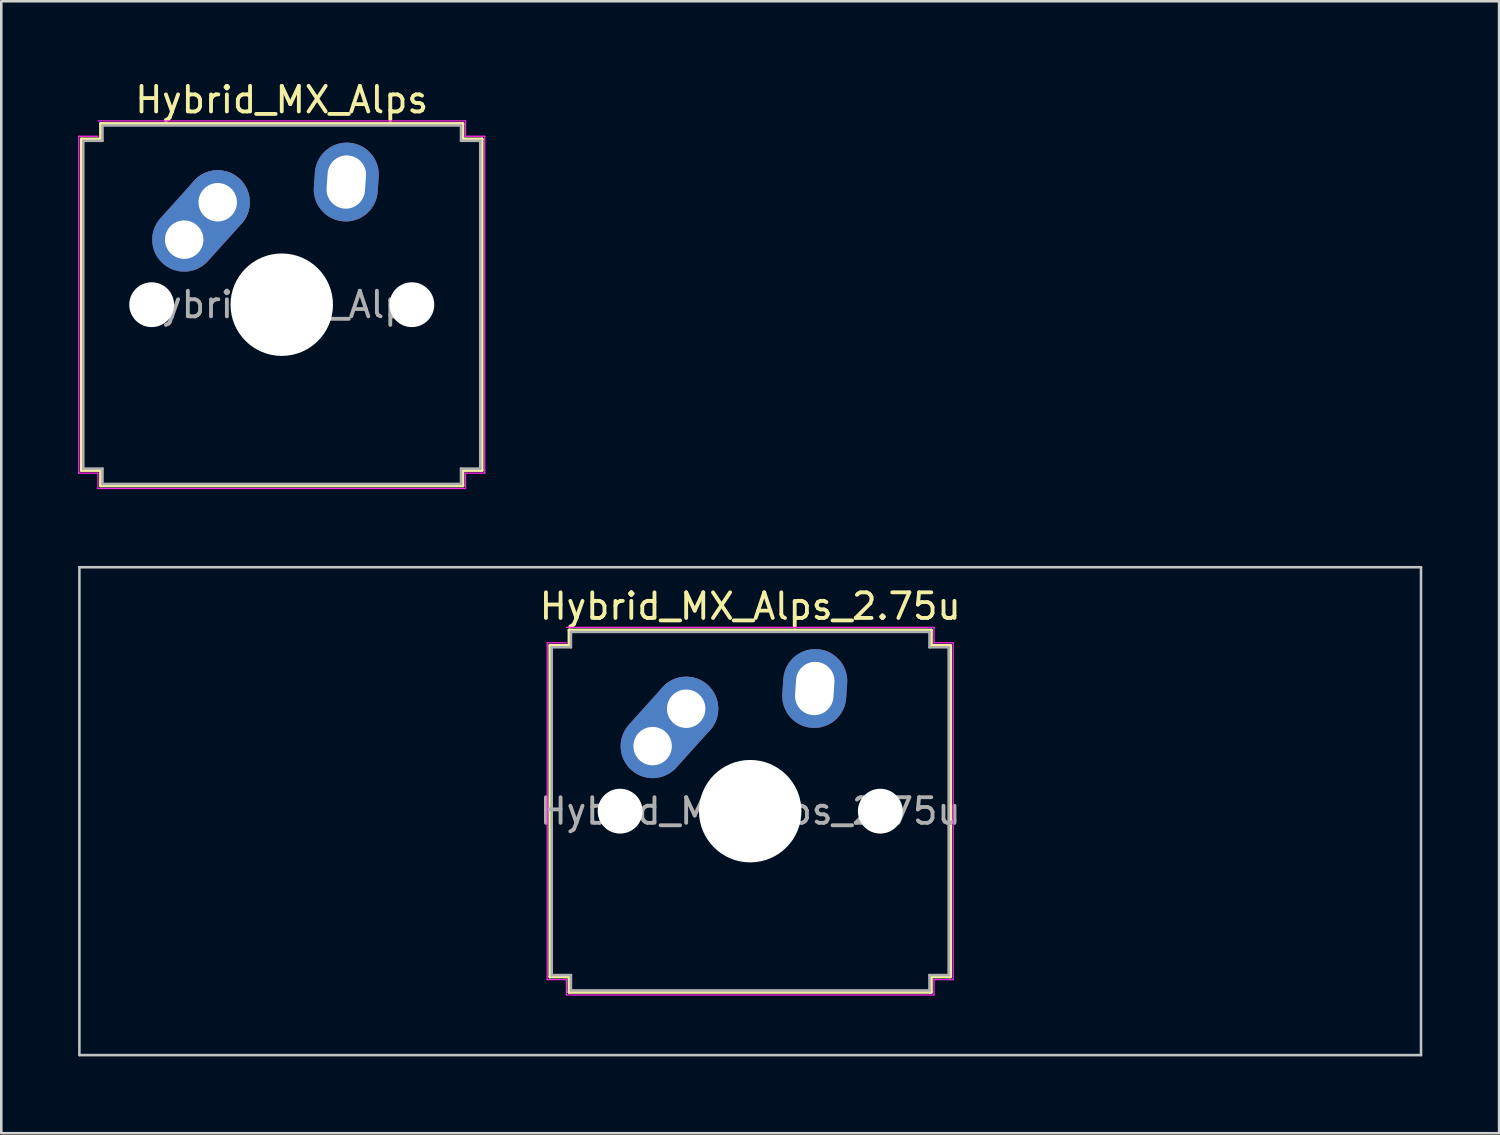
<source format=kicad_pcb>
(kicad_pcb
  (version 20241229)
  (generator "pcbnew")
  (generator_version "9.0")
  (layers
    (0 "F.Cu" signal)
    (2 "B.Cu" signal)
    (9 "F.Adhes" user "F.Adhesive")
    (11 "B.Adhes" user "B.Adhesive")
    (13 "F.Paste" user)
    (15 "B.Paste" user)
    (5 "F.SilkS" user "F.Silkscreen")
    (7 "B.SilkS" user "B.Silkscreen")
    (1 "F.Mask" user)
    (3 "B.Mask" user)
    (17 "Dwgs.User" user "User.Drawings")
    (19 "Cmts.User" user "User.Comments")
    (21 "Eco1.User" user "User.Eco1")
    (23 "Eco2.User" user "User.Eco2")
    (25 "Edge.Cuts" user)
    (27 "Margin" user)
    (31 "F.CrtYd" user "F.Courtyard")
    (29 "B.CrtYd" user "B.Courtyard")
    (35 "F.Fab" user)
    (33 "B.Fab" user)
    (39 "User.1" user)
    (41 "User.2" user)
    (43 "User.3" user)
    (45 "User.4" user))
  (footprint "Hybrid_MX_Alps_2.75u"
    (layer "F.Cu")
    (at 26.244 28.625)
    (property "Reference" "Hybrid_MX_Alps_2.75u" (at 0 -8 0) (layer "F.SilkS") (effects (font (size 1 1) (thickness 0.15))))
    (attr through_hole)
    (fp_line (start -7.821 -6.471) (end -7.071 -6.471) (stroke (width 0.12) (type solid)) (layer "F.SilkS"))
    (fp_line (start -7.821 6.471) (end -7.821 -6.471) (stroke (width 0.12) (type solid)) (layer "F.SilkS"))
    (fp_line (start -7.071 -7.071) (end 7.071 -7.071) (stroke (width 0.12) (type solid)) (layer "F.SilkS"))
    (fp_line (start -7.071 -6.471) (end -7.071 -7.071) (stroke (width 0.12) (type solid)) (layer "F.SilkS"))
    (fp_line (start -7.071 6.471) (end -7.821 6.471) (stroke (width 0.12) (type solid)) (layer "F.SilkS"))
    (fp_line (start -7.071 7.071) (end -7.071 6.471) (stroke (width 0.12) (type solid)) (layer "F.SilkS"))
    (fp_line (start 7.071 -7.071) (end 7.071 -6.471) (stroke (width 0.12) (type solid)) (layer "F.SilkS"))
    (fp_line (start 7.071 -6.471) (end 7.821 -6.471) (stroke (width 0.12) (type solid)) (layer "F.SilkS"))
    (fp_line (start 7.071 6.471) (end 7.071 7.071) (stroke (width 0.12) (type solid)) (layer "F.SilkS"))
    (fp_line (start 7.071 7.071) (end -7.071 7.071) (stroke (width 0.12) (type solid)) (layer "F.SilkS"))
    (fp_line (start 7.821 -6.471) (end 7.821 6.471) (stroke (width 0.12) (type solid)) (layer "F.SilkS"))
    (fp_line (start 7.821 6.471) (end 7.071 6.471) (stroke (width 0.12) (type solid)) (layer "F.SilkS"))
    (fp_line (start -26.194 -9.525) (end -26.194 9.525) (stroke (width 0.1) (type solid)) (layer "Dwgs.User"))
    (fp_line (start -26.194 9.525) (end 26.194 9.525) (stroke (width 0.1) (type solid)) (layer "Dwgs.User"))
    (fp_line (start 26.194 -9.525) (end -26.194 -9.525) (stroke (width 0.1) (type solid)) (layer "Dwgs.User"))
    (fp_line (start 26.194 9.525) (end 26.194 -9.525) (stroke (width 0.1) (type solid)) (layer "Dwgs.User"))
    (fp_line (start -7.927 -6.577) (end -7.177 -6.577) (stroke (width 0.05) (type solid)) (layer "F.CrtYd"))
    (fp_line (start -7.927 6.577) (end -7.927 -6.577) (stroke (width 0.05) (type solid)) (layer "F.CrtYd"))
    (fp_line (start -7.177 -7.177) (end 7.177 -7.177) (stroke (width 0.05) (type solid)) (layer "F.CrtYd"))
    (fp_line (start -7.177 6.577) (end -7.927 6.577) (stroke (width 0.05) (type solid)) (layer "F.CrtYd"))
    (fp_line (start -7.177 7.177) (end -7.177 6.577) (stroke (width 0.05) (type solid)) (layer "F.CrtYd"))
    (fp_line (start 7.177 -7.177) (end 7.177 -6.577) (stroke (width 0.05) (type solid)) (layer "F.CrtYd"))
    (fp_line (start 7.177 -6.577) (end 7.927 -6.577) (stroke (width 0.05) (type solid)) (layer "F.CrtYd"))
    (fp_line (start 7.177 6.577) (end 7.177 7.177) (stroke (width 0.05) (type solid)) (layer "F.CrtYd"))
    (fp_line (start 7.177 7.177) (end -7.177 7.177) (stroke (width 0.05) (type solid)) (layer "F.CrtYd"))
    (fp_line (start 7.927 -6.577) (end 7.927 6.577) (stroke (width 0.05) (type solid)) (layer "F.CrtYd"))
    (fp_line (start 7.927 6.577) (end 7.177 6.577) (stroke (width 0.05) (type solid)) (layer "F.CrtYd"))
    (fp_line (start -7.75 -6.4) (end -7 -6.4) (stroke (width 0.1) (type solid)) (layer "F.Fab"))
    (fp_line (start -7.75 6.4) (end -7.75 -6.4) (stroke (width 0.1) (type solid)) (layer "F.Fab"))
    (fp_line (start -7 -7) (end 7 -7) (stroke (width 0.1) (type solid)) (layer "F.Fab"))
    (fp_line (start -7 -6.4) (end -7 -7) (stroke (width 0.1) (type solid)) (layer "F.Fab"))
    (fp_line (start -7 6.4) (end -7.75 6.4) (stroke (width 0.1) (type solid)) (layer "F.Fab"))
    (fp_line (start -7 7) (end -7 6.4) (stroke (width 0.1) (type solid)) (layer "F.Fab"))
    (fp_line (start 7 -7) (end 7 -6.4) (stroke (width 0.1) (type solid)) (layer "F.Fab"))
    (fp_line (start 7 -6.4) (end 7.75 -6.4) (stroke (width 0.1) (type solid)) (layer "F.Fab"))
    (fp_line (start 7 6.4) (end 7 7) (stroke (width 0.1) (type solid)) (layer "F.Fab"))
    (fp_line (start 7 7) (end -7 7) (stroke (width 0.1) (type solid)) (layer "F.Fab"))
    (fp_line (start 7.75 -6.4) (end 7.75 6.4) (stroke (width 0.1) (type solid)) (layer "F.Fab"))
    (fp_line (start 7.75 6.4) (end 7 6.4) (stroke (width 0.1) (type solid)) (layer "F.Fab"))
    (fp_text user "${REFERENCE}" (at 0 0 0) (layer "F.Fab") (effects (font (size 1 1) (thickness 0.15))))
    (pad "" np_thru_hole circle (at -5.08 0) (size 1.75 1.75) (drill 1.75) (layers "*.Cu" "*.Mask"))
    (pad "" np_thru_hole circle (at 0 0) (size 4 4) (drill 4) (layers "*.Cu" "*.Mask"))
    (pad "" np_thru_hole circle (at 5.08 0) (size 1.75 1.75) (drill 1.75) (layers "*.Cu" "*.Mask"))
    (pad "1" thru_hole oval (at -3.81 -2.54 48) (size 4.462 2.5) (drill 1.5 (offset 0.981 0)) (layers "*.Cu" "*.Mask"))
    (pad "1" thru_hole circle (at -2.5 -4) (size 2.5 2.5) (drill 1.5) (layers "*.Cu" "*.Mask"))
    (pad "2" thru_hole oval (at 2.52 -4.79 86) (size 3.081 2.5) (drill oval 2.081 1.5) (layers "*.Cu" "*.Mask")))
  (footprint "Hybrid_MX_Alps"
    (layer "F.Cu")
    (at 7.952 8.848)
    (property "Reference" "Hybrid_MX_Alps" (at 0 -8 0) (layer "F.SilkS") (effects (font (size 1 1) (thickness 0.15))))
    (attr through_hole)
    (fp_line (start -7.821 -6.471) (end -7.071 -6.471) (stroke (width 0.12) (type solid)) (layer "F.SilkS"))
    (fp_line (start -7.821 6.471) (end -7.821 -6.471) (stroke (width 0.12) (type solid)) (layer "F.SilkS"))
    (fp_line (start -7.071 -7.071) (end 7.071 -7.071) (stroke (width 0.12) (type solid)) (layer "F.SilkS"))
    (fp_line (start -7.071 -6.471) (end -7.071 -7.071) (stroke (width 0.12) (type solid)) (layer "F.SilkS"))
    (fp_line (start -7.071 6.471) (end -7.821 6.471) (stroke (width 0.12) (type solid)) (layer "F.SilkS"))
    (fp_line (start -7.071 7.071) (end -7.071 6.471) (stroke (width 0.12) (type solid)) (layer "F.SilkS"))
    (fp_line (start 7.071 -7.071) (end 7.071 -6.471) (stroke (width 0.12) (type solid)) (layer "F.SilkS"))
    (fp_line (start 7.071 -6.471) (end 7.821 -6.471) (stroke (width 0.12) (type solid)) (layer "F.SilkS"))
    (fp_line (start 7.071 6.471) (end 7.071 7.071) (stroke (width 0.12) (type solid)) (layer "F.SilkS"))
    (fp_line (start 7.071 7.071) (end -7.071 7.071) (stroke (width 0.12) (type solid)) (layer "F.SilkS"))
    (fp_line (start 7.821 -6.471) (end 7.821 6.471) (stroke (width 0.12) (type solid)) (layer "F.SilkS"))
    (fp_line (start 7.821 6.471) (end 7.071 6.471) (stroke (width 0.12) (type solid)) (layer "F.SilkS"))
    (fp_line (start -7.927 -6.577) (end -7.177 -6.577) (stroke (width 0.05) (type solid)) (layer "F.CrtYd"))
    (fp_line (start -7.927 6.577) (end -7.927 -6.577) (stroke (width 0.05) (type solid)) (layer "F.CrtYd"))
    (fp_line (start -7.177 -7.177) (end 7.177 -7.177) (stroke (width 0.05) (type solid)) (layer "F.CrtYd"))
    (fp_line (start -7.177 6.577) (end -7.927 6.577) (stroke (width 0.05) (type solid)) (layer "F.CrtYd"))
    (fp_line (start -7.177 7.177) (end -7.177 6.577) (stroke (width 0.05) (type solid)) (layer "F.CrtYd"))
    (fp_line (start 7.177 -7.177) (end 7.177 -6.577) (stroke (width 0.05) (type solid)) (layer "F.CrtYd"))
    (fp_line (start 7.177 -6.577) (end 7.927 -6.577) (stroke (width 0.05) (type solid)) (layer "F.CrtYd"))
    (fp_line (start 7.177 6.577) (end 7.177 7.177) (stroke (width 0.05) (type solid)) (layer "F.CrtYd"))
    (fp_line (start 7.177 7.177) (end -7.177 7.177) (stroke (width 0.05) (type solid)) (layer "F.CrtYd"))
    (fp_line (start 7.927 -6.577) (end 7.927 6.577) (stroke (width 0.05) (type solid)) (layer "F.CrtYd"))
    (fp_line (start 7.927 6.577) (end 7.177 6.577) (stroke (width 0.05) (type solid)) (layer "F.CrtYd"))
    (fp_line (start -7.75 -6.4) (end -7 -6.4) (stroke (width 0.1) (type solid)) (layer "F.Fab"))
    (fp_line (start -7.75 6.4) (end -7.75 -6.4) (stroke (width 0.1) (type solid)) (layer "F.Fab"))
    (fp_line (start -7 -7) (end 7 -7) (stroke (width 0.1) (type solid)) (layer "F.Fab"))
    (fp_line (start -7 -6.4) (end -7 -7) (stroke (width 0.1) (type solid)) (layer "F.Fab"))
    (fp_line (start -7 6.4) (end -7.75 6.4) (stroke (width 0.1) (type solid)) (layer "F.Fab"))
    (fp_line (start -7 7) (end -7 6.4) (stroke (width 0.1) (type solid)) (layer "F.Fab"))
    (fp_line (start 7 -7) (end 7 -6.4) (stroke (width 0.1) (type solid)) (layer "F.Fab"))
    (fp_line (start 7 -6.4) (end 7.75 -6.4) (stroke (width 0.1) (type solid)) (layer "F.Fab"))
    (fp_line (start 7 6.4) (end 7 7) (stroke (width 0.1) (type solid)) (layer "F.Fab"))
    (fp_line (start 7 7) (end -7 7) (stroke (width 0.1) (type solid)) (layer "F.Fab"))
    (fp_line (start 7.75 -6.4) (end 7.75 6.4) (stroke (width 0.1) (type solid)) (layer "F.Fab"))
    (fp_line (start 7.75 6.4) (end 7 6.4) (stroke (width 0.1) (type solid)) (layer "F.Fab"))
    (fp_text user "${REFERENCE}" (at 0 0 0) (layer "F.Fab") (effects (font (size 1 1) (thickness 0.15))))
    (pad "" np_thru_hole circle (at -5.08 0) (size 1.75 1.75) (drill 1.75) (layers "*.Cu" "*.Mask"))
    (pad "" np_thru_hole circle (at 0 0) (size 4 4) (drill 4) (layers "*.Cu" "*.Mask"))
    (pad "" np_thru_hole circle (at 5.08 0) (size 1.75 1.75) (drill 1.75) (layers "*.Cu" "*.Mask"))
    (pad "1" thru_hole oval (at -3.81 -2.54 48) (size 4.462 2.5) (drill 1.5 (offset 0.981 0)) (layers "*.Cu" "*.Mask"))
    (pad "1" thru_hole circle (at -2.5 -4) (size 2.5 2.5) (drill 1.5) (layers "*.Cu" "*.Mask"))
    (pad "2" thru_hole oval (at 2.52 -4.79 86) (size 3.081 2.5) (drill oval 2.081 1.5) (layers "*.Cu" "*.Mask")))
  (gr_rect
    (start -3 -3)
    (end 55.487 41.2)
    (stroke (width 0.1) (type default))
    (fill no)
    (layer "Edge.Cuts")))
</source>
